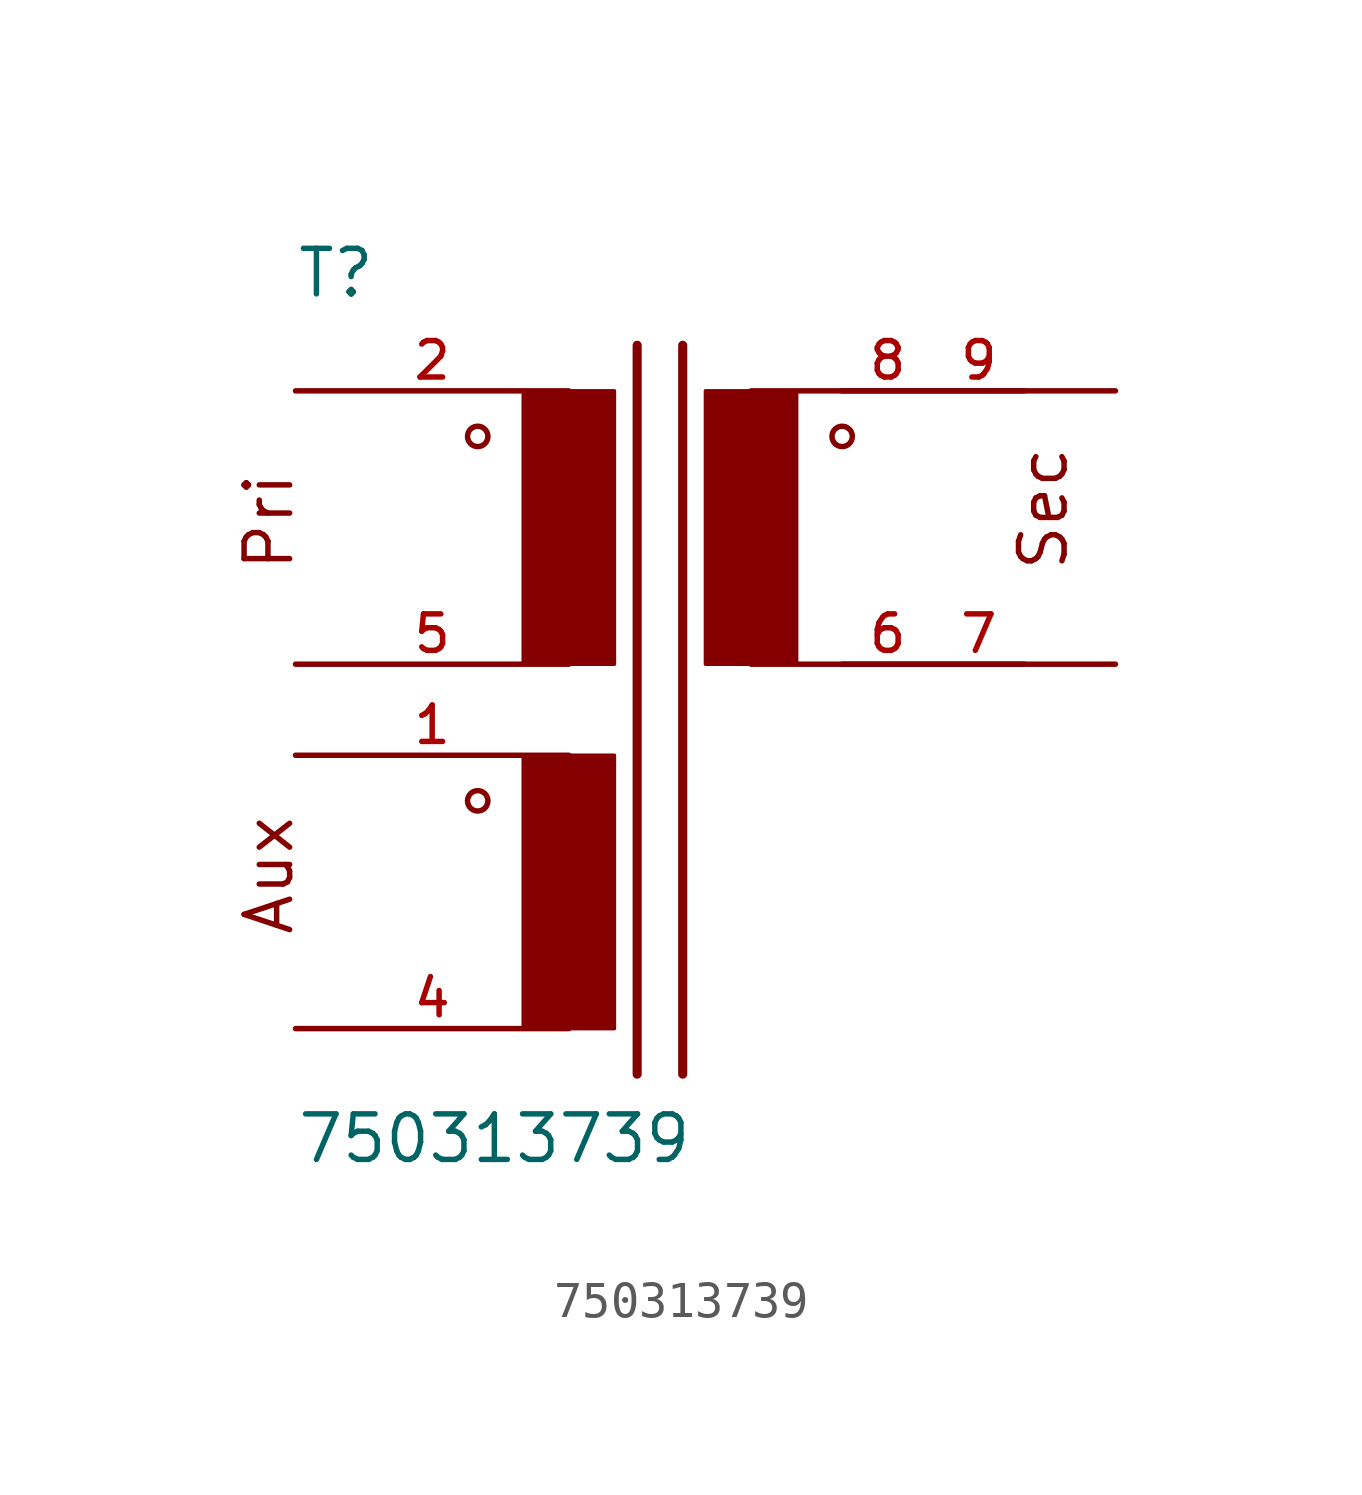
<source format=kicad_sym>
(kicad_symbol_lib
  (version 20220914)
  (generator kicad_symbol_editor)
  (symbol "750313739"
    (pin_names
      (offset 1.016))
    (property "Reference" "T"
      (at -10.16 10.16 0)
      (effects (font (size 1.27 1.27)) (justify left bottom)))
    (property "Value" "750313739"
      (at -10.16 -13.97 0)
      (effects (font (size 1.27 1.27)) (justify left bottom)))
    (symbol "750313739_0_0"
      (circle (center -5.08 -3.81) (radius 0.284) (stroke (width 0) (type default)) (fill (type none)))
      (circle (center -5.08 6.35) (radius 0.284) (stroke (width 0) (type default)) (fill (type none)))
      (rectangle (start -3.81 -10.16) (end -1.27 -2.54) (stroke (width 0.1) (type default)) (fill (type outline)))
      (rectangle (start -3.81 0) (end -1.27 7.62) (stroke (width 0.1) (type default)) (fill (type outline)))
      (polyline (pts (xy -0.635 8.89) (xy -0.635 -11.43)) (stroke (width 0.254) (type default)) (fill (type none)))
      (polyline (pts (xy 0.635 8.89) (xy 0.635 -11.43)) (stroke (width 0.254) (type default)) (fill (type none)))
      (rectangle (start 1.27 0) (end 3.81 7.62) (stroke (width 0.1) (type default)) (fill (type outline)))
      (circle (center 5.08 6.35) (radius 0.284) (stroke (width 0) (type default)) (fill (type none)))
      (text "Aux" (at -10.16 -7.62 900) (effects (font (size 1.27 1.27)) (justify left bottom)))
      (text "Pri" (at -10.16 2.54 900) (effects (font (size 1.27 1.27)) (justify left bottom)))
      (text "Sec" (at 11.43 2.54 900) (effects (font (size 1.27 1.27)) (justify left bottom)))
      (pin passive line (at -10.16 -2.54 0) (length 7.62) (name "~" (effects (font (size 1.016 1.016)))) (number "1" (effects (font (size 1.016 1.016)))))
      (pin passive line (at -10.16 7.62 0) (length 7.62) (name "~" (effects (font (size 1.016 1.016)))) (number "2" (effects (font (size 1.016 1.016)))))
      (pin passive line (at -10.16 -10.16 0) (length 7.62) (name "~" (effects (font (size 1.016 1.016)))) (number "4" (effects (font (size 1.016 1.016)))))
      (pin passive line (at -10.16 0 0) (length 7.62) (name "~" (effects (font (size 1.016 1.016)))) (number "5" (effects (font (size 1.016 1.016)))))
      (pin passive line (at 10.16 0 180) (length 7.62) (name "~" (effects (font (size 1.016 1.016)))) (number "6" (effects (font (size 1.016 1.016)))))
      (pin passive line (at 12.7 0 180) (length 7.62) (name "~" (effects (font (size 1.016 1.016)))) (number "7" (effects (font (size 1.016 1.016)))))
      (pin passive line (at 10.16 7.62 180) (length 7.62) (name "~" (effects (font (size 1.016 1.016)))) (number "8" (effects (font (size 1.016 1.016)))))
      (pin passive line (at 12.7 7.62 180) (length 7.62) (name "~" (effects (font (size 1.016 1.016)))) (number "9" (effects (font (size 1.016 1.016))))))))
</source>
